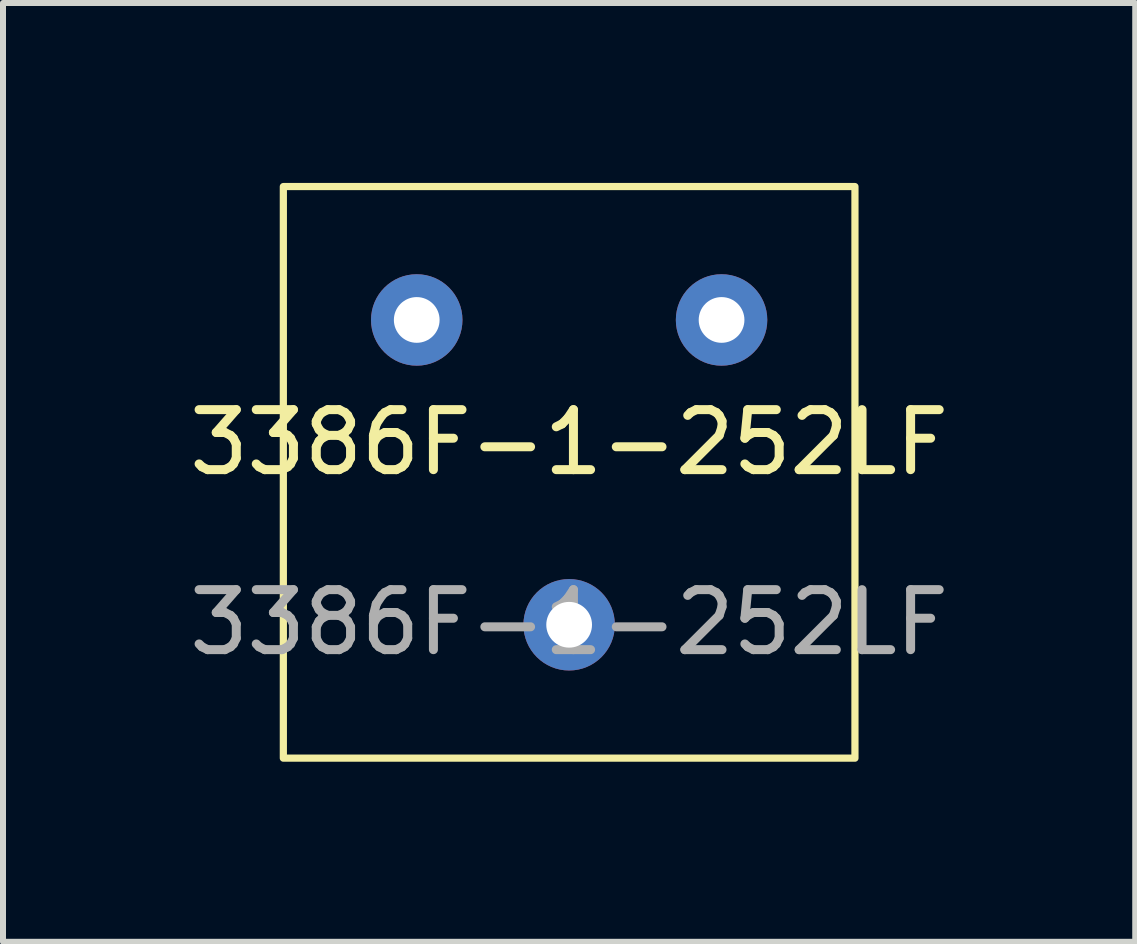
<source format=kicad_pcb>
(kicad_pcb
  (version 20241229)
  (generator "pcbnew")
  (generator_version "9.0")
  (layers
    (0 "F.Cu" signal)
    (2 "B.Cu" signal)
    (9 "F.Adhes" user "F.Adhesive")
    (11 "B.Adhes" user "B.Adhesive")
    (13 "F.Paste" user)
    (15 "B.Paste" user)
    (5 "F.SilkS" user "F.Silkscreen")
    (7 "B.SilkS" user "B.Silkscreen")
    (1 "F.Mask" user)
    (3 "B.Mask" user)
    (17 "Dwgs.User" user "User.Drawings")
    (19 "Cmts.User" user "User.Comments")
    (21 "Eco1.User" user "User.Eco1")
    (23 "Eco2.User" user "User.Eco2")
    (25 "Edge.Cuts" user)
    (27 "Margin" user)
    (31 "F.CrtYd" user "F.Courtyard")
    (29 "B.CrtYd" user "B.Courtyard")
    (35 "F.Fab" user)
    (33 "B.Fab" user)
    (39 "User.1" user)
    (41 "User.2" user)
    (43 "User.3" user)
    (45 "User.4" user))
  (footprint "3386F-1-252LF"
    (layer "F.Cu")
    (at 6.435 4.822)
    (property "Reference" "3386F-1-252LF" (at 0 -0.5 0) (unlocked yes) (layer "F.SilkS") (effects (font (size 1 1) (thickness 0.15))))
    (attr through_hole)
    (fp_rect (start -4.763 -4.763) (end 4.763 4.763) (stroke (width 0.12) (type solid)) (fill no) (layer "F.SilkS"))
    (fp_text user "${REFERENCE}" (at 0 2.5 0) (unlocked yes) (layer "F.Fab") (effects (font (size 1 1) (thickness 0.15))))
    (pad "1" thru_hole circle (at 2.54 -2.54) (size 1.524 1.524) (drill 0.762) (layers "*.Cu" "*.Mask"))
    (pad "2" thru_hole circle (at 0 2.54) (size 1.524 1.524) (drill 0.762) (layers "*.Cu" "*.Mask"))
    (pad "3" thru_hole circle (at -2.54 -2.54) (size 1.524 1.524) (drill 0.762) (layers "*.Cu" "*.Mask")))
  (gr_rect
    (start -3 -3)
    (end 15.869 12.645)
    (stroke (width 0.1) (type default))
    (fill no)
    (layer "Edge.Cuts")))
</source>
